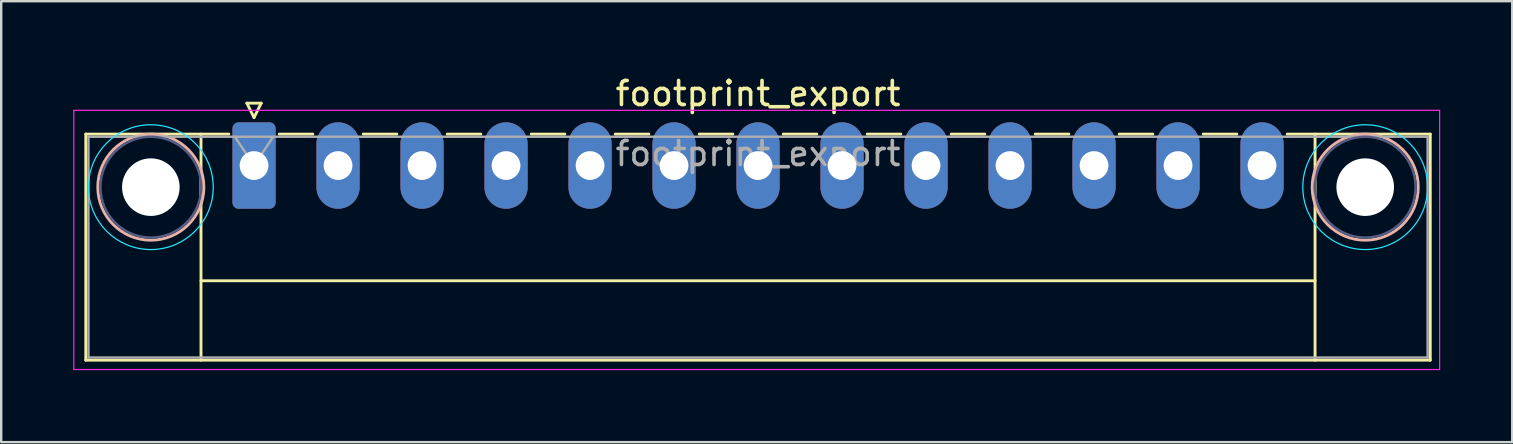
<source format=kicad_pcb>
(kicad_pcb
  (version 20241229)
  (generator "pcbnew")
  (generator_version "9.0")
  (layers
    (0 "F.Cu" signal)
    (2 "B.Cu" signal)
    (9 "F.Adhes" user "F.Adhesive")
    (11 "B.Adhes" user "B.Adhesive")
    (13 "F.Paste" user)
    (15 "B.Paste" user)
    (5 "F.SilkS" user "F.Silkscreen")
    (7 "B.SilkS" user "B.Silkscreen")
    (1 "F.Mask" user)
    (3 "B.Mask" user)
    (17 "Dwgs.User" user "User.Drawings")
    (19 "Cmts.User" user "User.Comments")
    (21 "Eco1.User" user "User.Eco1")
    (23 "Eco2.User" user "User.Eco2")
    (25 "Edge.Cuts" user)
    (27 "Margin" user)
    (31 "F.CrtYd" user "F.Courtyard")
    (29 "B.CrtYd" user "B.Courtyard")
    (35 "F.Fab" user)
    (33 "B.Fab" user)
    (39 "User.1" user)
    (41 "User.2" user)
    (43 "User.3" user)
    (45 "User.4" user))
  (footprint "footprint_export"
    (layer "F.Cu")
    (at 7.535 3.848)
    (property "Reference" "footprint_export" (at 21 -3 0) (layer "F.SilkS") (effects (font (size 1 1) (thickness 0.15))))
    (attr through_hole)
    (fp_line (start -7.01 -1.31) (end -7.01 8.11) (stroke (width 0.12) (type solid)) (layer "F.SilkS"))
    (fp_line (start -7.01 -1.31) (end -1.05 -1.31) (stroke (width 0.12) (type solid)) (layer "F.SilkS"))
    (fp_line (start -7.01 8.11) (end 49.01 8.11) (stroke (width 0.12) (type solid)) (layer "F.SilkS"))
    (fp_line (start -2.21 -1.31) (end -2.21 8.11) (stroke (width 0.12) (type solid)) (layer "F.SilkS"))
    (fp_line (start -2.21 4.8) (end 44.21 4.8) (stroke (width 0.12) (type solid)) (layer "F.SilkS"))
    (fp_line (start -0.3 -2.6) (end 0.3 -2.6) (stroke (width 0.12) (type solid)) (layer "F.SilkS"))
    (fp_line (start 0 -2) (end -0.3 -2.6) (stroke (width 0.12) (type solid)) (layer "F.SilkS"))
    (fp_line (start 0.3 -2.6) (end 0 -2) (stroke (width 0.12) (type solid)) (layer "F.SilkS"))
    (fp_line (start 1.05 -1.31) (end 2.45 -1.31) (stroke (width 0.12) (type solid)) (layer "F.SilkS"))
    (fp_line (start 4.55 -1.31) (end 5.95 -1.31) (stroke (width 0.12) (type solid)) (layer "F.SilkS"))
    (fp_line (start 8.05 -1.31) (end 9.45 -1.31) (stroke (width 0.12) (type solid)) (layer "F.SilkS"))
    (fp_line (start 11.55 -1.31) (end 12.95 -1.31) (stroke (width 0.12) (type solid)) (layer "F.SilkS"))
    (fp_line (start 15.05 -1.31) (end 16.45 -1.31) (stroke (width 0.12) (type solid)) (layer "F.SilkS"))
    (fp_line (start 18.55 -1.31) (end 19.95 -1.31) (stroke (width 0.12) (type solid)) (layer "F.SilkS"))
    (fp_line (start 22.05 -1.31) (end 23.45 -1.31) (stroke (width 0.12) (type solid)) (layer "F.SilkS"))
    (fp_line (start 25.55 -1.31) (end 26.95 -1.31) (stroke (width 0.12) (type solid)) (layer "F.SilkS"))
    (fp_line (start 29.05 -1.31) (end 30.45 -1.31) (stroke (width 0.12) (type solid)) (layer "F.SilkS"))
    (fp_line (start 32.55 -1.31) (end 33.95 -1.31) (stroke (width 0.12) (type solid)) (layer "F.SilkS"))
    (fp_line (start 36.05 -1.31) (end 37.45 -1.31) (stroke (width 0.12) (type solid)) (layer "F.SilkS"))
    (fp_line (start 39.55 -1.31) (end 40.95 -1.31) (stroke (width 0.12) (type solid)) (layer "F.SilkS"))
    (fp_line (start 44.21 -1.31) (end 44.21 8.11) (stroke (width 0.12) (type solid)) (layer "F.SilkS"))
    (fp_line (start 49.01 -1.31) (end 43.05 -1.31) (stroke (width 0.12) (type solid)) (layer "F.SilkS"))
    (fp_line (start 49.01 8.11) (end 49.01 -1.31) (stroke (width 0.12) (type solid)) (layer "F.SilkS"))
    (fp_circle (center -4.3 0.9) (end -2.09 0.9) (stroke (width 0.12) (type solid)) (fill no) (layer "B.SilkS"))
    (fp_circle (center 46.3 0.9) (end 48.51 0.9) (stroke (width 0.12) (type solid)) (fill no) (layer "B.SilkS"))
    (fp_circle (center -4.3 0.9) (end -1.7 0.9) (stroke (width 0.05) (type solid)) (fill no) (layer "B.CrtYd"))
    (fp_circle (center 46.3 0.9) (end 48.9 0.9) (stroke (width 0.05) (type solid)) (fill no) (layer "B.CrtYd"))
    (fp_line (start -7.51 -2.3) (end -7.51 8.5) (stroke (width 0.05) (type solid)) (layer "F.CrtYd"))
    (fp_line (start -7.51 8.5) (end 49.4 8.5) (stroke (width 0.05) (type solid)) (layer "F.CrtYd"))
    (fp_line (start 49.4 -2.3) (end -7.51 -2.3) (stroke (width 0.05) (type solid)) (layer "F.CrtYd"))
    (fp_line (start 49.4 8.5) (end 49.4 -2.3) (stroke (width 0.05) (type solid)) (layer "F.CrtYd"))
    (fp_circle (center -4.3 0.9) (end -2.2 0.9) (stroke (width 0.1) (type solid)) (fill no) (layer "B.Fab"))
    (fp_circle (center 46.3 0.9) (end 48.4 0.9) (stroke (width 0.1) (type solid)) (fill no) (layer "B.Fab"))
    (fp_line (start -6.9 -1.2) (end -6.9 8) (stroke (width 0.1) (type solid)) (layer "F.Fab"))
    (fp_line (start -6.9 8) (end 48.9 8) (stroke (width 0.1) (type solid)) (layer "F.Fab"))
    (fp_line (start 0 0) (end -0.8 -1.2) (stroke (width 0.1) (type solid)) (layer "F.Fab"))
    (fp_line (start 0.8 -1.2) (end 0 0) (stroke (width 0.1) (type solid)) (layer "F.Fab"))
    (fp_line (start 48.9 -1.2) (end -6.9 -1.2) (stroke (width 0.1) (type solid)) (layer "F.Fab"))
    (fp_line (start 48.9 8) (end 48.9 -1.2) (stroke (width 0.1) (type solid)) (layer "F.Fab"))
    (fp_text user "${REFERENCE}" (at 21 -0.5 0) (layer "F.Fab") (effects (font (size 1 1) (thickness 0.15))))
    (pad "" np_thru_hole circle (at -4.3 0.9) (size 2.4 2.4) (drill 2.4) (layers "*.Cu" "*.Mask"))
    (pad "" np_thru_hole circle (at 46.3 0.9) (size 2.4 2.4) (drill 2.4) (layers "*.Cu" "*.Mask"))
    (pad "1" thru_hole roundrect (at 0 0) (size 1.8 3.6) (drill 1.2) (layers "*.Cu" "*.Mask") (roundrect_rratio 0.139))
    (pad "2" thru_hole oval (at 3.5 0) (size 1.8 3.6) (drill 1.2) (layers "*.Cu" "*.Mask"))
    (pad "3" thru_hole oval (at 7 0) (size 1.8 3.6) (drill 1.2) (layers "*.Cu" "*.Mask"))
    (pad "4" thru_hole oval (at 10.5 0) (size 1.8 3.6) (drill 1.2) (layers "*.Cu" "*.Mask"))
    (pad "5" thru_hole oval (at 14 0) (size 1.8 3.6) (drill 1.2) (layers "*.Cu" "*.Mask"))
    (pad "6" thru_hole oval (at 17.5 0) (size 1.8 3.6) (drill 1.2) (layers "*.Cu" "*.Mask"))
    (pad "7" thru_hole oval (at 21 0) (size 1.8 3.6) (drill 1.2) (layers "*.Cu" "*.Mask"))
    (pad "8" thru_hole oval (at 24.5 0) (size 1.8 3.6) (drill 1.2) (layers "*.Cu" "*.Mask"))
    (pad "9" thru_hole oval (at 28 0) (size 1.8 3.6) (drill 1.2) (layers "*.Cu" "*.Mask"))
    (pad "10" thru_hole oval (at 31.5 0) (size 1.8 3.6) (drill 1.2) (layers "*.Cu" "*.Mask"))
    (pad "11" thru_hole oval (at 35 0) (size 1.8 3.6) (drill 1.2) (layers "*.Cu" "*.Mask"))
    (pad "12" thru_hole oval (at 38.5 0) (size 1.8 3.6) (drill 1.2) (layers "*.Cu" "*.Mask"))
    (pad "13" thru_hole oval (at 42 0) (size 1.8 3.6) (drill 1.2) (layers "*.Cu" "*.Mask")))
  (gr_rect
    (start -3 -3)
    (end 59.96 15.373)
    (stroke (width 0.1) (type default))
    (fill no)
    (layer "Edge.Cuts")))
</source>
